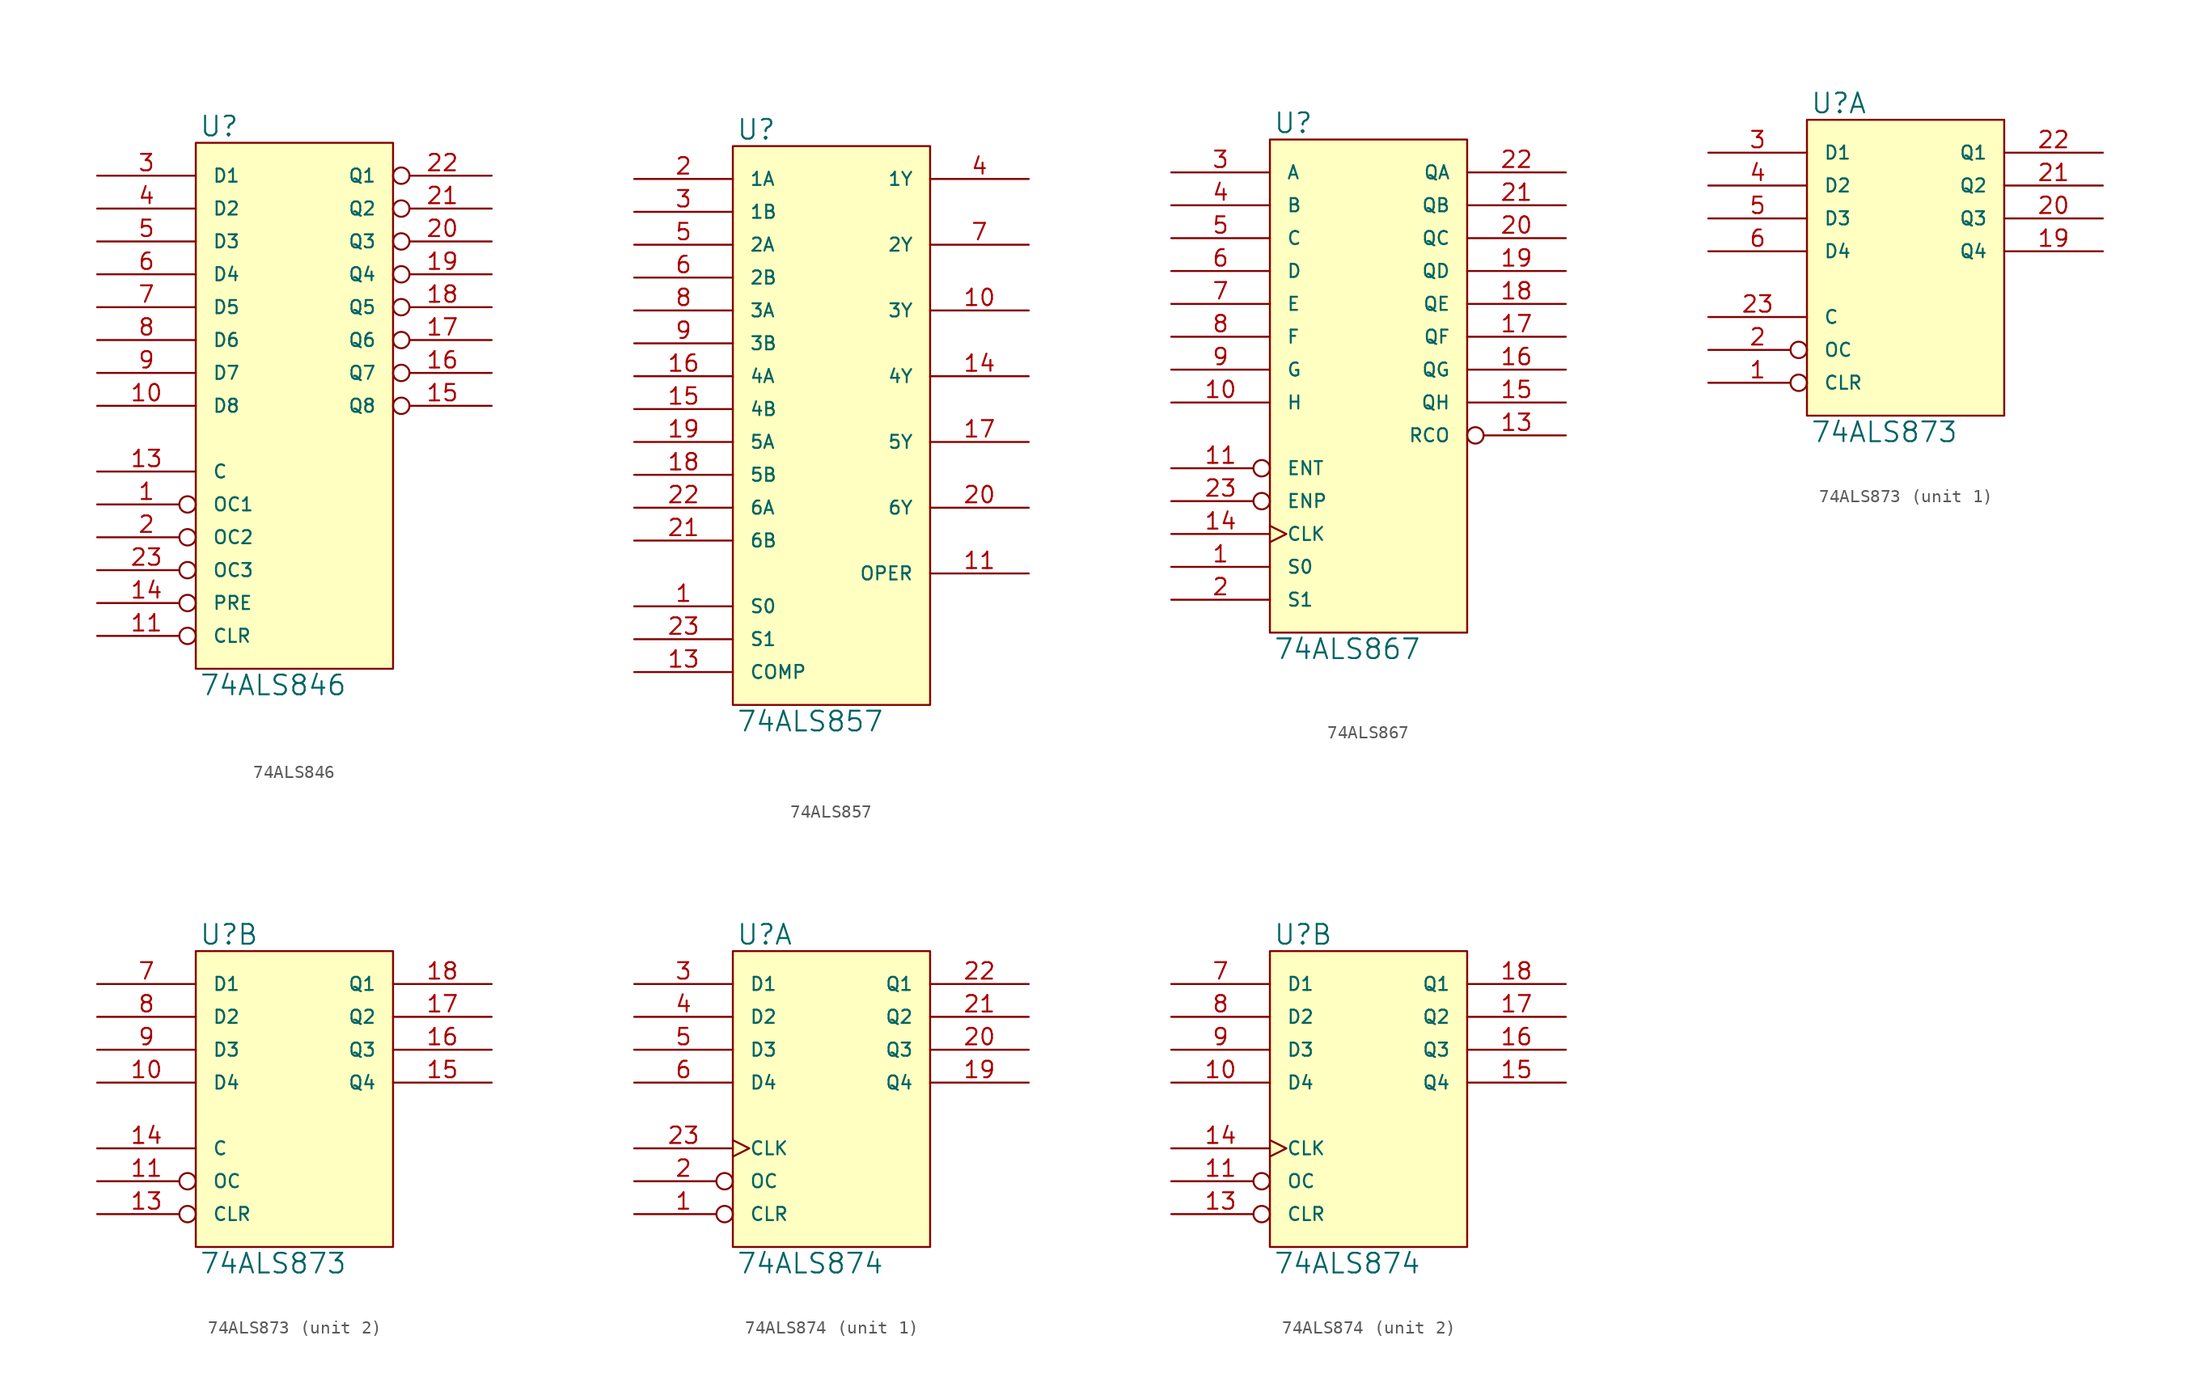
<source format=kicad_sym>
(kicad_symbol_lib
  (version 20231120)
  (generator "kicad_symbol_editor")
  (generator_version "8.0")
  (symbol "74ALS846"
    (pin_names
      (offset 1.27))
    (property "Reference" "U"
      (at 0.254 0.381 0)
      (effects (font (size 1.524 1.524)) (justify left bottom)))
    (property "Value" "74ALS846"
      (at 0.254 -41.021 0)
      (effects (font (size 1.524 1.524)) (justify left top)))
    (symbol "74ALS846_0_1"
      (rectangle (start 0 0) (end 15.24 -40.64) (stroke (width 0) (type solid)) (fill (type background))))
    (symbol "74ALS846_1_1"
      (pin input inverted (at -7.62 -27.94 0) (length 7.62) (name "OC1" (effects (font (size 1.016 1.016)))) (number "1" (effects (font (size 1.27 1.27)))))
      (pin input line (at -7.62 -20.32 0) (length 7.62) (name "D8" (effects (font (size 1.016 1.016)))) (number "10" (effects (font (size 1.27 1.27)))))
      (pin input inverted (at -7.62 -38.1 0) (length 7.62) (name "CLR" (effects (font (size 1.016 1.016)))) (number "11" (effects (font (size 1.27 1.27)))))
      (pin power_in line (at 0 -40.64 90) (length 0) hide (name "GND" (effects (font (size 1.016 1.016)))) (number "12" (effects (font (size 1.27 1.27)))))
      (pin input line (at -7.62 -25.4 0) (length 7.62) (name "C" (effects (font (size 1.016 1.016)))) (number "13" (effects (font (size 1.27 1.27)))))
      (pin input inverted (at -7.62 -35.56 0) (length 7.62) (name "PRE" (effects (font (size 1.016 1.016)))) (number "14" (effects (font (size 1.27 1.27)))))
      (pin tri_state inverted (at 22.86 -20.32 180) (length 7.62) (name "Q8" (effects (font (size 1.016 1.016)))) (number "15" (effects (font (size 1.27 1.27)))))
      (pin tri_state inverted (at 22.86 -17.78 180) (length 7.62) (name "Q7" (effects (font (size 1.016 1.016)))) (number "16" (effects (font (size 1.27 1.27)))))
      (pin tri_state inverted (at 22.86 -15.24 180) (length 7.62) (name "Q6" (effects (font (size 1.016 1.016)))) (number "17" (effects (font (size 1.27 1.27)))))
      (pin tri_state inverted (at 22.86 -12.7 180) (length 7.62) (name "Q5" (effects (font (size 1.016 1.016)))) (number "18" (effects (font (size 1.27 1.27)))))
      (pin tri_state inverted (at 22.86 -10.16 180) (length 7.62) (name "Q4" (effects (font (size 1.016 1.016)))) (number "19" (effects (font (size 1.27 1.27)))))
      (pin input inverted (at -7.62 -30.48 0) (length 7.62) (name "OC2" (effects (font (size 1.016 1.016)))) (number "2" (effects (font (size 1.27 1.27)))))
      (pin tri_state inverted (at 22.86 -7.62 180) (length 7.62) (name "Q3" (effects (font (size 1.016 1.016)))) (number "20" (effects (font (size 1.27 1.27)))))
      (pin tri_state inverted (at 22.86 -5.08 180) (length 7.62) (name "Q2" (effects (font (size 1.016 1.016)))) (number "21" (effects (font (size 1.27 1.27)))))
      (pin tri_state inverted (at 22.86 -2.54 180) (length 7.62) (name "Q1" (effects (font (size 1.016 1.016)))) (number "22" (effects (font (size 1.27 1.27)))))
      (pin input inverted (at -7.62 -33.02 0) (length 7.62) (name "OC3" (effects (font (size 1.016 1.016)))) (number "23" (effects (font (size 1.27 1.27)))))
      (pin power_in line (at 0 0 270) (length 0) hide (name "VCC" (effects (font (size 1.016 1.016)))) (number "24" (effects (font (size 1.27 1.27)))))
      (pin input line (at -7.62 -2.54 0) (length 7.62) (name "D1" (effects (font (size 1.016 1.016)))) (number "3" (effects (font (size 1.27 1.27)))))
      (pin input line (at -7.62 -5.08 0) (length 7.62) (name "D2" (effects (font (size 1.016 1.016)))) (number "4" (effects (font (size 1.27 1.27)))))
      (pin input line (at -7.62 -7.62 0) (length 7.62) (name "D3" (effects (font (size 1.016 1.016)))) (number "5" (effects (font (size 1.27 1.27)))))
      (pin input line (at -7.62 -10.16 0) (length 7.62) (name "D4" (effects (font (size 1.016 1.016)))) (number "6" (effects (font (size 1.27 1.27)))))
      (pin input line (at -7.62 -12.7 0) (length 7.62) (name "D5" (effects (font (size 1.016 1.016)))) (number "7" (effects (font (size 1.27 1.27)))))
      (pin input line (at -7.62 -15.24 0) (length 7.62) (name "D6" (effects (font (size 1.016 1.016)))) (number "8" (effects (font (size 1.27 1.27)))))
      (pin input line (at -7.62 -17.78 0) (length 7.62) (name "D7" (effects (font (size 1.016 1.016)))) (number "9" (effects (font (size 1.27 1.27)))))))
  (symbol "74ALS857"
    (pin_names
      (offset 1.27))
    (property "Reference" "U"
      (at 0.254 0.381 0)
      (effects (font (size 1.524 1.524)) (justify left bottom)))
    (property "Value" "74ALS857"
      (at 0.254 -43.561 0)
      (effects (font (size 1.524 1.524)) (justify left top)))
    (symbol "74ALS857_0_1"
      (rectangle (start 0 0) (end 15.24 -43.18) (stroke (width 0) (type solid)) (fill (type background))))
    (symbol "74ALS857_1_1"
      (pin input line (at -7.62 -35.56 0) (length 7.62) (name "S0" (effects (font (size 1.016 1.016)))) (number "1" (effects (font (size 1.27 1.27)))))
      (pin tri_state line (at 22.86 -12.7 180) (length 7.62) (name "3Y" (effects (font (size 1.016 1.016)))) (number "10" (effects (font (size 1.27 1.27)))))
      (pin tri_state line (at 22.86 -33.02 180) (length 7.62) (name "OPER" (effects (font (size 1.016 1.016)))) (number "11" (effects (font (size 1.27 1.27)))))
      (pin power_in line (at 0 -43.18 90) (length 0) hide (name "GND" (effects (font (size 1.016 1.016)))) (number "12" (effects (font (size 1.27 1.27)))))
      (pin input line (at -7.62 -40.64 0) (length 7.62) (name "COMP" (effects (font (size 1.016 1.016)))) (number "13" (effects (font (size 1.27 1.27)))))
      (pin tri_state line (at 22.86 -17.78 180) (length 7.62) (name "4Y" (effects (font (size 1.016 1.016)))) (number "14" (effects (font (size 1.27 1.27)))))
      (pin input line (at -7.62 -20.32 0) (length 7.62) (name "4B" (effects (font (size 1.016 1.016)))) (number "15" (effects (font (size 1.27 1.27)))))
      (pin input line (at -7.62 -17.78 0) (length 7.62) (name "4A" (effects (font (size 1.016 1.016)))) (number "16" (effects (font (size 1.27 1.27)))))
      (pin tri_state line (at 22.86 -22.86 180) (length 7.62) (name "5Y" (effects (font (size 1.016 1.016)))) (number "17" (effects (font (size 1.27 1.27)))))
      (pin input line (at -7.62 -25.4 0) (length 7.62) (name "5B" (effects (font (size 1.016 1.016)))) (number "18" (effects (font (size 1.27 1.27)))))
      (pin input line (at -7.62 -22.86 0) (length 7.62) (name "5A" (effects (font (size 1.016 1.016)))) (number "19" (effects (font (size 1.27 1.27)))))
      (pin input line (at -7.62 -2.54 0) (length 7.62) (name "1A" (effects (font (size 1.016 1.016)))) (number "2" (effects (font (size 1.27 1.27)))))
      (pin tri_state line (at 22.86 -27.94 180) (length 7.62) (name "6Y" (effects (font (size 1.016 1.016)))) (number "20" (effects (font (size 1.27 1.27)))))
      (pin input line (at -7.62 -30.48 0) (length 7.62) (name "6B" (effects (font (size 1.016 1.016)))) (number "21" (effects (font (size 1.27 1.27)))))
      (pin input line (at -7.62 -27.94 0) (length 7.62) (name "6A" (effects (font (size 1.016 1.016)))) (number "22" (effects (font (size 1.27 1.27)))))
      (pin input line (at -7.62 -38.1 0) (length 7.62) (name "S1" (effects (font (size 1.016 1.016)))) (number "23" (effects (font (size 1.27 1.27)))))
      (pin power_in line (at 0 0 270) (length 0) hide (name "VCC" (effects (font (size 1.016 1.016)))) (number "24" (effects (font (size 1.27 1.27)))))
      (pin input line (at -7.62 -5.08 0) (length 7.62) (name "1B" (effects (font (size 1.016 1.016)))) (number "3" (effects (font (size 1.27 1.27)))))
      (pin tri_state line (at 22.86 -2.54 180) (length 7.62) (name "1Y" (effects (font (size 1.016 1.016)))) (number "4" (effects (font (size 1.27 1.27)))))
      (pin input line (at -7.62 -7.62 0) (length 7.62) (name "2A" (effects (font (size 1.016 1.016)))) (number "5" (effects (font (size 1.27 1.27)))))
      (pin input line (at -7.62 -10.16 0) (length 7.62) (name "2B" (effects (font (size 1.016 1.016)))) (number "6" (effects (font (size 1.27 1.27)))))
      (pin tri_state line (at 22.86 -7.62 180) (length 7.62) (name "2Y" (effects (font (size 1.016 1.016)))) (number "7" (effects (font (size 1.27 1.27)))))
      (pin input line (at -7.62 -12.7 0) (length 7.62) (name "3A" (effects (font (size 1.016 1.016)))) (number "8" (effects (font (size 1.27 1.27)))))
      (pin input line (at -7.62 -15.24 0) (length 7.62) (name "3B" (effects (font (size 1.016 1.016)))) (number "9" (effects (font (size 1.27 1.27)))))))
  (symbol "74ALS867"
    (pin_names
      (offset 1.27))
    (property "Reference" "U"
      (at 0.254 0.381 0)
      (effects (font (size 1.524 1.524)) (justify left bottom)))
    (property "Value" "74ALS867"
      (at 0.254 -38.481 0)
      (effects (font (size 1.524 1.524)) (justify left top)))
    (symbol "74ALS867_0_1"
      (rectangle (start 0 0) (end 15.24 -38.1) (stroke (width 0) (type solid)) (fill (type background))))
    (symbol "74ALS867_1_1"
      (pin input line (at -7.62 -33.02 0) (length 7.62) (name "S0" (effects (font (size 1.016 1.016)))) (number "1" (effects (font (size 1.27 1.27)))))
      (pin input line (at -7.62 -20.32 0) (length 7.62) (name "H" (effects (font (size 1.016 1.016)))) (number "10" (effects (font (size 1.27 1.27)))))
      (pin input inverted (at -7.62 -25.4 0) (length 7.62) (name "ENT" (effects (font (size 1.016 1.016)))) (number "11" (effects (font (size 1.27 1.27)))))
      (pin power_in line (at 0 -38.1 90) (length 0) hide (name "GND" (effects (font (size 1.016 1.016)))) (number "12" (effects (font (size 1.27 1.27)))))
      (pin output inverted (at 22.86 -22.86 180) (length 7.62) (name "RCO" (effects (font (size 1.016 1.016)))) (number "13" (effects (font (size 1.27 1.27)))))
      (pin input clock (at -7.62 -30.48 0) (length 7.62) (name "CLK" (effects (font (size 1.016 1.016)))) (number "14" (effects (font (size 1.27 1.27)))))
      (pin output line (at 22.86 -20.32 180) (length 7.62) (name "QH" (effects (font (size 1.016 1.016)))) (number "15" (effects (font (size 1.27 1.27)))))
      (pin output line (at 22.86 -17.78 180) (length 7.62) (name "QG" (effects (font (size 1.016 1.016)))) (number "16" (effects (font (size 1.27 1.27)))))
      (pin output line (at 22.86 -15.24 180) (length 7.62) (name "QF" (effects (font (size 1.016 1.016)))) (number "17" (effects (font (size 1.27 1.27)))))
      (pin output line (at 22.86 -12.7 180) (length 7.62) (name "QE" (effects (font (size 1.016 1.016)))) (number "18" (effects (font (size 1.27 1.27)))))
      (pin output line (at 22.86 -10.16 180) (length 7.62) (name "QD" (effects (font (size 1.016 1.016)))) (number "19" (effects (font (size 1.27 1.27)))))
      (pin input line (at -7.62 -35.56 0) (length 7.62) (name "S1" (effects (font (size 1.016 1.016)))) (number "2" (effects (font (size 1.27 1.27)))))
      (pin output line (at 22.86 -7.62 180) (length 7.62) (name "QC" (effects (font (size 1.016 1.016)))) (number "20" (effects (font (size 1.27 1.27)))))
      (pin output line (at 22.86 -5.08 180) (length 7.62) (name "QB" (effects (font (size 1.016 1.016)))) (number "21" (effects (font (size 1.27 1.27)))))
      (pin output line (at 22.86 -2.54 180) (length 7.62) (name "QA" (effects (font (size 1.016 1.016)))) (number "22" (effects (font (size 1.27 1.27)))))
      (pin input inverted (at -7.62 -27.94 0) (length 7.62) (name "ENP" (effects (font (size 1.016 1.016)))) (number "23" (effects (font (size 1.27 1.27)))))
      (pin power_in line (at 0 0 270) (length 0) hide (name "VCC" (effects (font (size 1.016 1.016)))) (number "24" (effects (font (size 1.27 1.27)))))
      (pin input line (at -7.62 -2.54 0) (length 7.62) (name "A" (effects (font (size 1.016 1.016)))) (number "3" (effects (font (size 1.27 1.27)))))
      (pin input line (at -7.62 -5.08 0) (length 7.62) (name "B" (effects (font (size 1.016 1.016)))) (number "4" (effects (font (size 1.27 1.27)))))
      (pin input line (at -7.62 -7.62 0) (length 7.62) (name "C" (effects (font (size 1.016 1.016)))) (number "5" (effects (font (size 1.27 1.27)))))
      (pin input line (at -7.62 -10.16 0) (length 7.62) (name "D" (effects (font (size 1.016 1.016)))) (number "6" (effects (font (size 1.27 1.27)))))
      (pin input line (at -7.62 -12.7 0) (length 7.62) (name "E" (effects (font (size 1.016 1.016)))) (number "7" (effects (font (size 1.27 1.27)))))
      (pin input line (at -7.62 -15.24 0) (length 7.62) (name "F" (effects (font (size 1.016 1.016)))) (number "8" (effects (font (size 1.27 1.27)))))
      (pin input line (at -7.62 -17.78 0) (length 7.62) (name "G" (effects (font (size 1.016 1.016)))) (number "9" (effects (font (size 1.27 1.27)))))))
  (symbol "74ALS873"
    (pin_names
      (offset 1.27))
    (property "Reference" "U"
      (at 0.254 0.381 0)
      (effects (font (size 1.524 1.524)) (justify left bottom)))
    (property "Value" "74ALS873"
      (at 0.254 -23.241 0)
      (effects (font (size 1.524 1.524)) (justify left top)))
    (symbol "74ALS873_0_1"
      (rectangle (start 0 0) (end 15.24 -22.86) (stroke (width 0) (type solid)) (fill (type background))))
    (symbol "74ALS873_1_1"
      (pin input inverted (at -7.62 -20.32 0) (length 7.62) (name "CLR" (effects (font (size 1.016 1.016)))) (number "1" (effects (font (size 1.27 1.27)))))
      (pin power_in line (at 0 -22.86 90) (length 0) hide (name "GND" (effects (font (size 1.016 1.016)))) (number "12" (effects (font (size 1.27 1.27)))))
      (pin tri_state line (at 22.86 -10.16 180) (length 7.62) (name "Q4" (effects (font (size 1.016 1.016)))) (number "19" (effects (font (size 1.27 1.27)))))
      (pin input inverted (at -7.62 -17.78 0) (length 7.62) (name "OC" (effects (font (size 1.016 1.016)))) (number "2" (effects (font (size 1.27 1.27)))))
      (pin tri_state line (at 22.86 -7.62 180) (length 7.62) (name "Q3" (effects (font (size 1.016 1.016)))) (number "20" (effects (font (size 1.27 1.27)))))
      (pin tri_state line (at 22.86 -5.08 180) (length 7.62) (name "Q2" (effects (font (size 1.016 1.016)))) (number "21" (effects (font (size 1.27 1.27)))))
      (pin tri_state line (at 22.86 -2.54 180) (length 7.62) (name "Q1" (effects (font (size 1.016 1.016)))) (number "22" (effects (font (size 1.27 1.27)))))
      (pin input line (at -7.62 -15.24 0) (length 7.62) (name "C" (effects (font (size 1.016 1.016)))) (number "23" (effects (font (size 1.27 1.27)))))
      (pin power_in line (at 0 0 270) (length 0) hide (name "VCC" (effects (font (size 1.016 1.016)))) (number "24" (effects (font (size 1.27 1.27)))))
      (pin input line (at -7.62 -2.54 0) (length 7.62) (name "D1" (effects (font (size 1.016 1.016)))) (number "3" (effects (font (size 1.27 1.27)))))
      (pin input line (at -7.62 -5.08 0) (length 7.62) (name "D2" (effects (font (size 1.016 1.016)))) (number "4" (effects (font (size 1.27 1.27)))))
      (pin input line (at -7.62 -7.62 0) (length 7.62) (name "D3" (effects (font (size 1.016 1.016)))) (number "5" (effects (font (size 1.27 1.27)))))
      (pin input line (at -7.62 -10.16 0) (length 7.62) (name "D4" (effects (font (size 1.016 1.016)))) (number "6" (effects (font (size 1.27 1.27))))))
    (symbol "74ALS873_2_1"
      (pin input line (at -7.62 -10.16 0) (length 7.62) (name "D4" (effects (font (size 1.016 1.016)))) (number "10" (effects (font (size 1.27 1.27)))))
      (pin input inverted (at -7.62 -17.78 0) (length 7.62) (name "OC" (effects (font (size 1.016 1.016)))) (number "11" (effects (font (size 1.27 1.27)))))
      (pin power_in line (at 0 -22.86 90) (length 0) hide (name "GND" (effects (font (size 1.016 1.016)))) (number "12" (effects (font (size 1.27 1.27)))))
      (pin input inverted (at -7.62 -20.32 0) (length 7.62) (name "CLR" (effects (font (size 1.016 1.016)))) (number "13" (effects (font (size 1.27 1.27)))))
      (pin input line (at -7.62 -15.24 0) (length 7.62) (name "C" (effects (font (size 1.016 1.016)))) (number "14" (effects (font (size 1.27 1.27)))))
      (pin tri_state line (at 22.86 -10.16 180) (length 7.62) (name "Q4" (effects (font (size 1.016 1.016)))) (number "15" (effects (font (size 1.27 1.27)))))
      (pin tri_state line (at 22.86 -7.62 180) (length 7.62) (name "Q3" (effects (font (size 1.016 1.016)))) (number "16" (effects (font (size 1.27 1.27)))))
      (pin tri_state line (at 22.86 -5.08 180) (length 7.62) (name "Q2" (effects (font (size 1.016 1.016)))) (number "17" (effects (font (size 1.27 1.27)))))
      (pin tri_state line (at 22.86 -2.54 180) (length 7.62) (name "Q1" (effects (font (size 1.016 1.016)))) (number "18" (effects (font (size 1.27 1.27)))))
      (pin power_in line (at 0 0 270) (length 0) hide (name "VCC" (effects (font (size 1.016 1.016)))) (number "24" (effects (font (size 1.27 1.27)))))
      (pin input line (at -7.62 -2.54 0) (length 7.62) (name "D1" (effects (font (size 1.016 1.016)))) (number "7" (effects (font (size 1.27 1.27)))))
      (pin input line (at -7.62 -5.08 0) (length 7.62) (name "D2" (effects (font (size 1.016 1.016)))) (number "8" (effects (font (size 1.27 1.27)))))
      (pin input line (at -7.62 -7.62 0) (length 7.62) (name "D3" (effects (font (size 1.016 1.016)))) (number "9" (effects (font (size 1.27 1.27)))))))
  (symbol "74ALS874"
    (pin_names
      (offset 1.27))
    (property "Reference" "U"
      (at 0.254 0.381 0)
      (effects (font (size 1.524 1.524)) (justify left bottom)))
    (property "Value" "74ALS874"
      (at 0.254 -23.241 0)
      (effects (font (size 1.524 1.524)) (justify left top)))
    (symbol "74ALS874_0_1"
      (rectangle (start 0 0) (end 15.24 -22.86) (stroke (width 0) (type solid)) (fill (type background))))
    (symbol "74ALS874_1_1"
      (pin input inverted (at -7.62 -20.32 0) (length 7.62) (name "CLR" (effects (font (size 1.016 1.016)))) (number "1" (effects (font (size 1.27 1.27)))))
      (pin power_in line (at 0 -22.86 90) (length 0) hide (name "GND" (effects (font (size 1.016 1.016)))) (number "12" (effects (font (size 1.27 1.27)))))
      (pin tri_state line (at 22.86 -10.16 180) (length 7.62) (name "Q4" (effects (font (size 1.016 1.016)))) (number "19" (effects (font (size 1.27 1.27)))))
      (pin input inverted (at -7.62 -17.78 0) (length 7.62) (name "OC" (effects (font (size 1.016 1.016)))) (number "2" (effects (font (size 1.27 1.27)))))
      (pin tri_state line (at 22.86 -7.62 180) (length 7.62) (name "Q3" (effects (font (size 1.016 1.016)))) (number "20" (effects (font (size 1.27 1.27)))))
      (pin tri_state line (at 22.86 -5.08 180) (length 7.62) (name "Q2" (effects (font (size 1.016 1.016)))) (number "21" (effects (font (size 1.27 1.27)))))
      (pin tri_state line (at 22.86 -2.54 180) (length 7.62) (name "Q1" (effects (font (size 1.016 1.016)))) (number "22" (effects (font (size 1.27 1.27)))))
      (pin input clock (at -7.62 -15.24 0) (length 7.62) (name "CLK" (effects (font (size 1.016 1.016)))) (number "23" (effects (font (size 1.27 1.27)))))
      (pin power_in line (at 0 0 270) (length 0) hide (name "VCC" (effects (font (size 1.016 1.016)))) (number "24" (effects (font (size 1.27 1.27)))))
      (pin input line (at -7.62 -2.54 0) (length 7.62) (name "D1" (effects (font (size 1.016 1.016)))) (number "3" (effects (font (size 1.27 1.27)))))
      (pin input line (at -7.62 -5.08 0) (length 7.62) (name "D2" (effects (font (size 1.016 1.016)))) (number "4" (effects (font (size 1.27 1.27)))))
      (pin input line (at -7.62 -7.62 0) (length 7.62) (name "D3" (effects (font (size 1.016 1.016)))) (number "5" (effects (font (size 1.27 1.27)))))
      (pin input line (at -7.62 -10.16 0) (length 7.62) (name "D4" (effects (font (size 1.016 1.016)))) (number "6" (effects (font (size 1.27 1.27))))))
    (symbol "74ALS874_2_1"
      (pin input line (at -7.62 -10.16 0) (length 7.62) (name "D4" (effects (font (size 1.016 1.016)))) (number "10" (effects (font (size 1.27 1.27)))))
      (pin input inverted (at -7.62 -17.78 0) (length 7.62) (name "OC" (effects (font (size 1.016 1.016)))) (number "11" (effects (font (size 1.27 1.27)))))
      (pin power_in line (at 0 -22.86 90) (length 0) hide (name "GND" (effects (font (size 1.016 1.016)))) (number "12" (effects (font (size 1.27 1.27)))))
      (pin input inverted (at -7.62 -20.32 0) (length 7.62) (name "CLR" (effects (font (size 1.016 1.016)))) (number "13" (effects (font (size 1.27 1.27)))))
      (pin input clock (at -7.62 -15.24 0) (length 7.62) (name "CLK" (effects (font (size 1.016 1.016)))) (number "14" (effects (font (size 1.27 1.27)))))
      (pin tri_state line (at 22.86 -10.16 180) (length 7.62) (name "Q4" (effects (font (size 1.016 1.016)))) (number "15" (effects (font (size 1.27 1.27)))))
      (pin tri_state line (at 22.86 -7.62 180) (length 7.62) (name "Q3" (effects (font (size 1.016 1.016)))) (number "16" (effects (font (size 1.27 1.27)))))
      (pin tri_state line (at 22.86 -5.08 180) (length 7.62) (name "Q2" (effects (font (size 1.016 1.016)))) (number "17" (effects (font (size 1.27 1.27)))))
      (pin tri_state line (at 22.86 -2.54 180) (length 7.62) (name "Q1" (effects (font (size 1.016 1.016)))) (number "18" (effects (font (size 1.27 1.27)))))
      (pin power_in line (at 0 0 270) (length 0) hide (name "VCC" (effects (font (size 1.016 1.016)))) (number "24" (effects (font (size 1.27 1.27)))))
      (pin input line (at -7.62 -2.54 0) (length 7.62) (name "D1" (effects (font (size 1.016 1.016)))) (number "7" (effects (font (size 1.27 1.27)))))
      (pin input line (at -7.62 -5.08 0) (length 7.62) (name "D2" (effects (font (size 1.016 1.016)))) (number "8" (effects (font (size 1.27 1.27)))))
      (pin input line (at -7.62 -7.62 0) (length 7.62) (name "D3" (effects (font (size 1.016 1.016)))) (number "9" (effects (font (size 1.27 1.27))))))))
</source>
